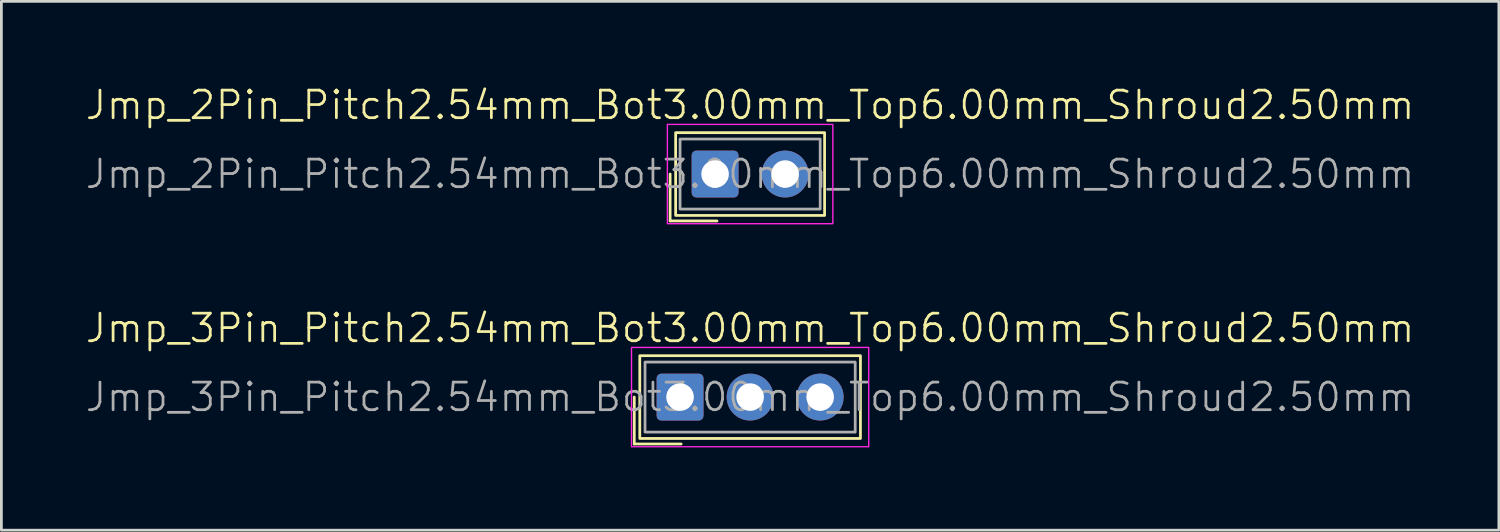
<source format=kicad_pcb>
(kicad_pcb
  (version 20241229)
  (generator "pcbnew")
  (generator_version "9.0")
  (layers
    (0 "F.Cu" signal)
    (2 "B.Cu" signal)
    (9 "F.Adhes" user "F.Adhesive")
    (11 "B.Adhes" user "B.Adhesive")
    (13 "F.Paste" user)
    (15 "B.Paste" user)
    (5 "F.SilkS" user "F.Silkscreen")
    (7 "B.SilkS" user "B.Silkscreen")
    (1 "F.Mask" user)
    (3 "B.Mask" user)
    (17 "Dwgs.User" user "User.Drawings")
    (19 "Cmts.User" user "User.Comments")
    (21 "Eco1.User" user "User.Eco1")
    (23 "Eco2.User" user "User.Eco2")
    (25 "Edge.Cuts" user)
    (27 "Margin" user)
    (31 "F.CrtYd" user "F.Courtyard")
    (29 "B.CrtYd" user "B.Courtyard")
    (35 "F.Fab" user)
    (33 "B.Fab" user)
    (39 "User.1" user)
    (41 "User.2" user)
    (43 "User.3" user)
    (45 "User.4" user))
  (footprint "Jmp_3Pin_Pitch2.54mm_Bot3.00mm_Top6.00mm_Shroud2.50mm"
    (layer "F.Cu")
    (at 24.145 11.346)
    (property "Reference" "Jmp_3Pin_Pitch2.54mm_Bot3.00mm_Top6.00mm_Shroud2.50mm" (at 0 -2.5 0) (unlocked yes) (layer "F.SilkS") (effects (font (size 1 1) (thickness 0.1))))
    (attr through_hole)
    (fp_line (start -4.2 0) (end -4.2 1.7) (stroke (width 0.1) (type default)) (layer "F.SilkS"))
    (fp_line (start -4.2 1.7) (end -2.5 1.7) (stroke (width 0.1) (type default)) (layer "F.SilkS"))
    (fp_rect (start -4 -1.5) (end 4 1.5) (stroke (width 0.1) (type default)) (fill no) (layer "F.SilkS"))
    (fp_rect (start -4.3 1.8) (end 4.3 -1.8) (stroke (width 0.05) (type default)) (fill no) (layer "F.CrtYd"))
    (fp_rect (start -3.81 -1.27) (end 3.81 1.27) (stroke (width 0.1) (type default)) (fill no) (layer "F.Fab"))
    (fp_text user "${REFERENCE}" (at 0 0 0) (unlocked yes) (layer "F.Fab") (effects (font (size 1 1) (thickness 0.1))))
    (pad "1" thru_hole roundrect (at -2.54 0) (size 1.7 1.7) (drill 1) (layers "*.Cu" "*.Mask") (roundrect_rratio 0.1))
    (pad "2" thru_hole circle (at 0 0) (size 1.7 1.7) (drill 1) (layers "*.Cu" "*.Mask"))
    (pad "3" thru_hole circle (at 2.54 0) (size 1.7 1.7) (drill 1) (layers "*.Cu" "*.Mask")))
  (footprint "Jmp_2Pin_Pitch2.54mm_Bot3.00mm_Top6.00mm_Shroud2.50mm"
    (layer "F.Cu")
    (at 24.145 3.26)
    (property "Reference" "Jmp_2Pin_Pitch2.54mm_Bot3.00mm_Top6.00mm_Shroud2.50mm" (at 0 -2.5 0) (unlocked yes) (layer "F.SilkS") (effects (font (size 1 1) (thickness 0.1))))
    (attr through_hole)
    (fp_line (start -2.9 0) (end -2.9 1.7) (stroke (width 0.1) (type default)) (layer "F.SilkS"))
    (fp_line (start -2.9 1.7) (end -1.2 1.7) (stroke (width 0.1) (type default)) (layer "F.SilkS"))
    (fp_rect (start -2.7 -1.5) (end 2.7 1.5) (stroke (width 0.1) (type default)) (fill no) (layer "F.SilkS"))
    (fp_rect (start -3 1.8) (end 3 -1.8) (stroke (width 0.05) (type default)) (fill no) (layer "F.CrtYd"))
    (fp_rect (start -2.54 -1.27) (end 2.54 1.27) (stroke (width 0.1) (type default)) (fill no) (layer "F.Fab"))
    (fp_text user "${REFERENCE}" (at 0 0 0) (unlocked yes) (layer "F.Fab") (effects (font (size 1 1) (thickness 0.1))))
    (pad "1" thru_hole roundrect (at -1.27 0) (size 1.7 1.7) (drill 1) (layers "*.Cu" "*.Mask") (roundrect_rratio 0.1))
    (pad "2" thru_hole circle (at 1.27 0) (size 1.7 1.7) (drill 1) (layers "*.Cu" "*.Mask")))
  (gr_rect
    (start -3 -3)
    (end 51.29 16.171)
    (stroke (width 0.1) (type default))
    (fill no)
    (layer "Edge.Cuts")))
</source>
